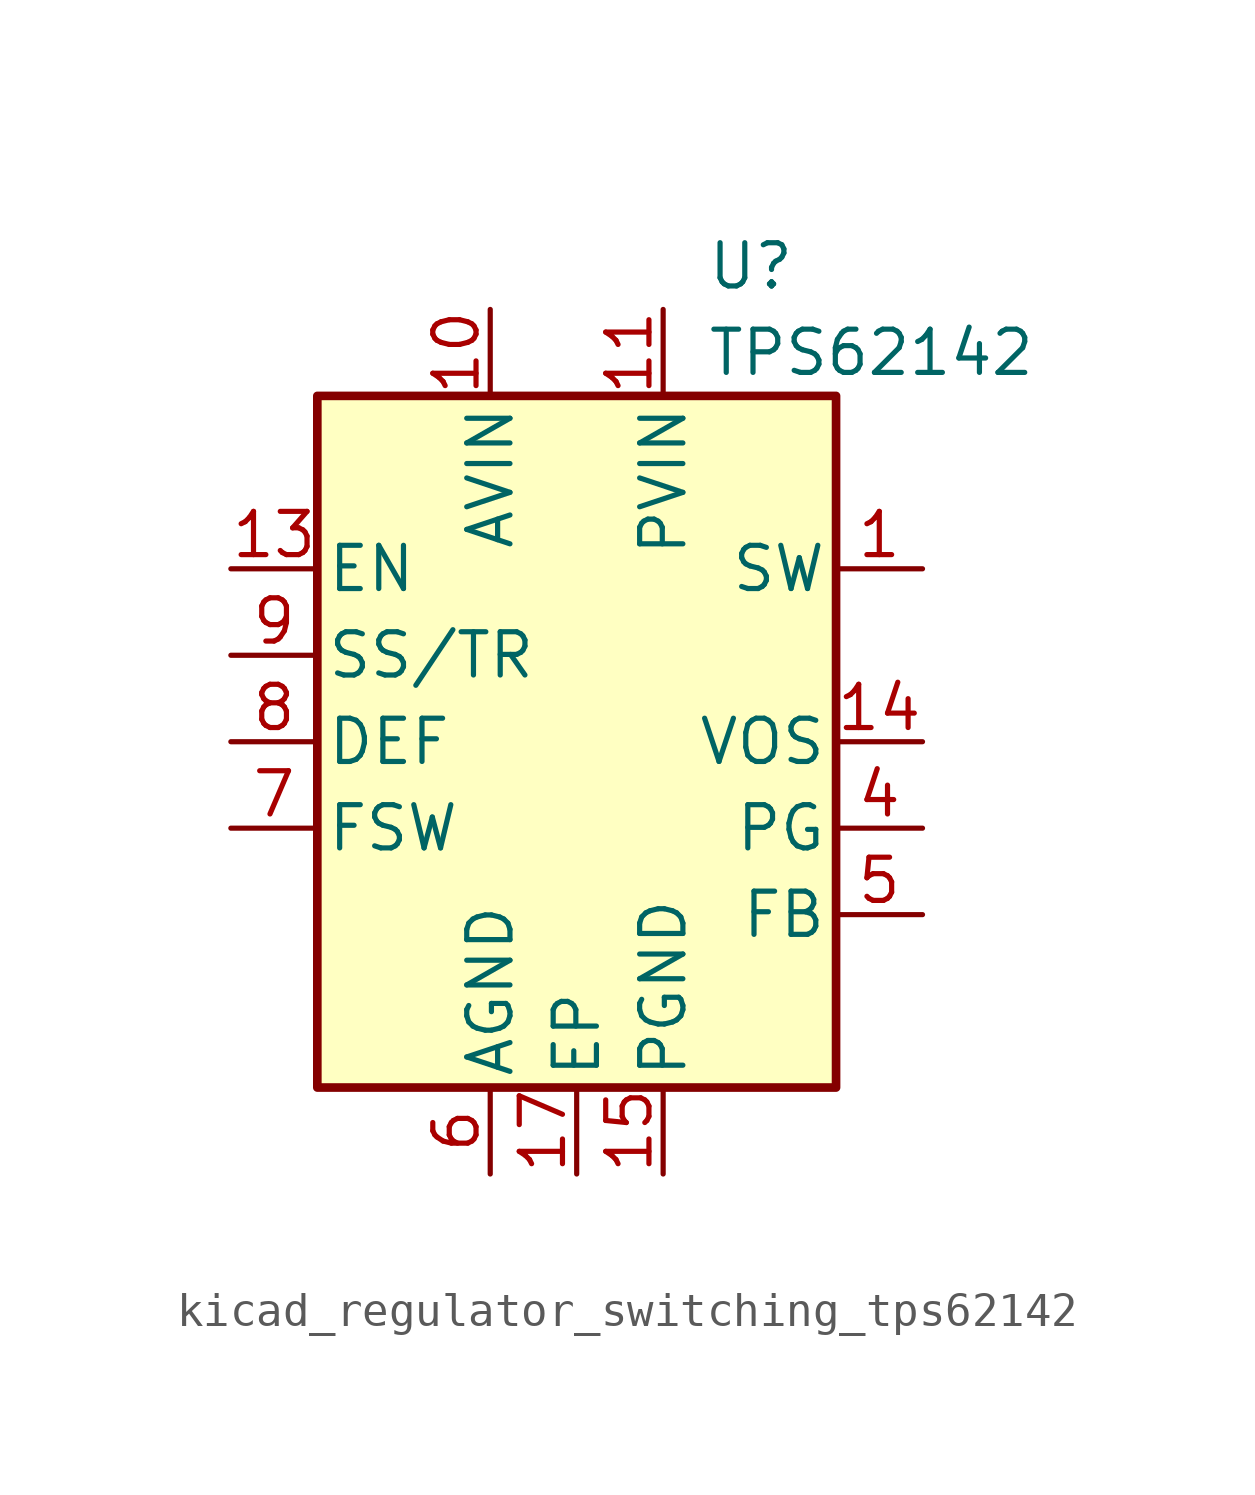
<source format=kicad_sym>
(kicad_symbol_lib
  (version 20220914)
  (generator kicad_symbol_editor)
  (symbol "kicad_regulator_switching_tps62142"
    (pin_names
      (offset 0.254))
    (property "Reference" "U"
      (at 3.81 13.97 0)
      (effects (font (size 1.27 1.27)) (justify left)))
    (property "Value" "TPS62142"
      (at 3.81 11.43 0)
      (effects (font (size 1.27 1.27)) (justify left)))
    (symbol "kicad_regulator_switching_tps62142_0_1"
      (rectangle (start -7.62 10.16) (end 7.62 -10.16) (stroke (width 0.254) (type default)) (fill (type background))))
    (symbol "kicad_regulator_switching_tps62142_1_1"
      (pin output line (at 10.16 5.08 180) (length 2.54) (name "SW" (effects (font (size 1.27 1.27)))) (number "1" (effects (font (size 1.27 1.27)))))
      (pin power_in line (at -2.54 12.7 270) (length 2.54) (name "AVIN" (effects (font (size 1.27 1.27)))) (number "10" (effects (font (size 1.27 1.27)))))
      (pin power_in line (at 2.54 12.7 270) (length 2.54) (name "PVIN" (effects (font (size 1.27 1.27)))) (number "11" (effects (font (size 1.27 1.27)))))
      (pin passive line (at 2.54 12.7 270) (length 2.54) hide (name "PVIN" (effects (font (size 1.27 1.27)))) (number "12" (effects (font (size 1.27 1.27)))))
      (pin input line (at -10.16 5.08 0) (length 2.54) (name "EN" (effects (font (size 1.27 1.27)))) (number "13" (effects (font (size 1.27 1.27)))))
      (pin input line (at 10.16 0 180) (length 2.54) (name "VOS" (effects (font (size 1.27 1.27)))) (number "14" (effects (font (size 1.27 1.27)))))
      (pin power_in line (at 2.54 -12.7 90) (length 2.54) (name "PGND" (effects (font (size 1.27 1.27)))) (number "15" (effects (font (size 1.27 1.27)))))
      (pin passive line (at 2.54 -12.7 90) (length 2.54) hide (name "PGND" (effects (font (size 1.27 1.27)))) (number "16" (effects (font (size 1.27 1.27)))))
      (pin power_in line (at 0 -12.7 90) (length 2.54) (name "EP" (effects (font (size 1.27 1.27)))) (number "17" (effects (font (size 1.27 1.27)))))
      (pin passive line (at 10.16 5.08 180) (length 2.54) hide (name "SW" (effects (font (size 1.27 1.27)))) (number "2" (effects (font (size 1.27 1.27)))))
      (pin passive line (at 10.16 5.08 180) (length 2.54) hide (name "SW" (effects (font (size 1.27 1.27)))) (number "3" (effects (font (size 1.27 1.27)))))
      (pin open_collector line (at 10.16 -2.54 180) (length 2.54) (name "PG" (effects (font (size 1.27 1.27)))) (number "4" (effects (font (size 1.27 1.27)))))
      (pin input line (at 10.16 -5.08 180) (length 2.54) (name "FB" (effects (font (size 1.27 1.27)))) (number "5" (effects (font (size 1.27 1.27)))))
      (pin power_in line (at -2.54 -12.7 90) (length 2.54) (name "AGND" (effects (font (size 1.27 1.27)))) (number "6" (effects (font (size 1.27 1.27)))))
      (pin input line (at -10.16 -2.54 0) (length 2.54) (name "FSW" (effects (font (size 1.27 1.27)))) (number "7" (effects (font (size 1.27 1.27)))))
      (pin input line (at -10.16 0 0) (length 2.54) (name "DEF" (effects (font (size 1.27 1.27)))) (number "8" (effects (font (size 1.27 1.27)))))
      (pin input line (at -10.16 2.54 0) (length 2.54) (name "SS/TR" (effects (font (size 1.27 1.27)))) (number "9" (effects (font (size 1.27 1.27))))))))
</source>
